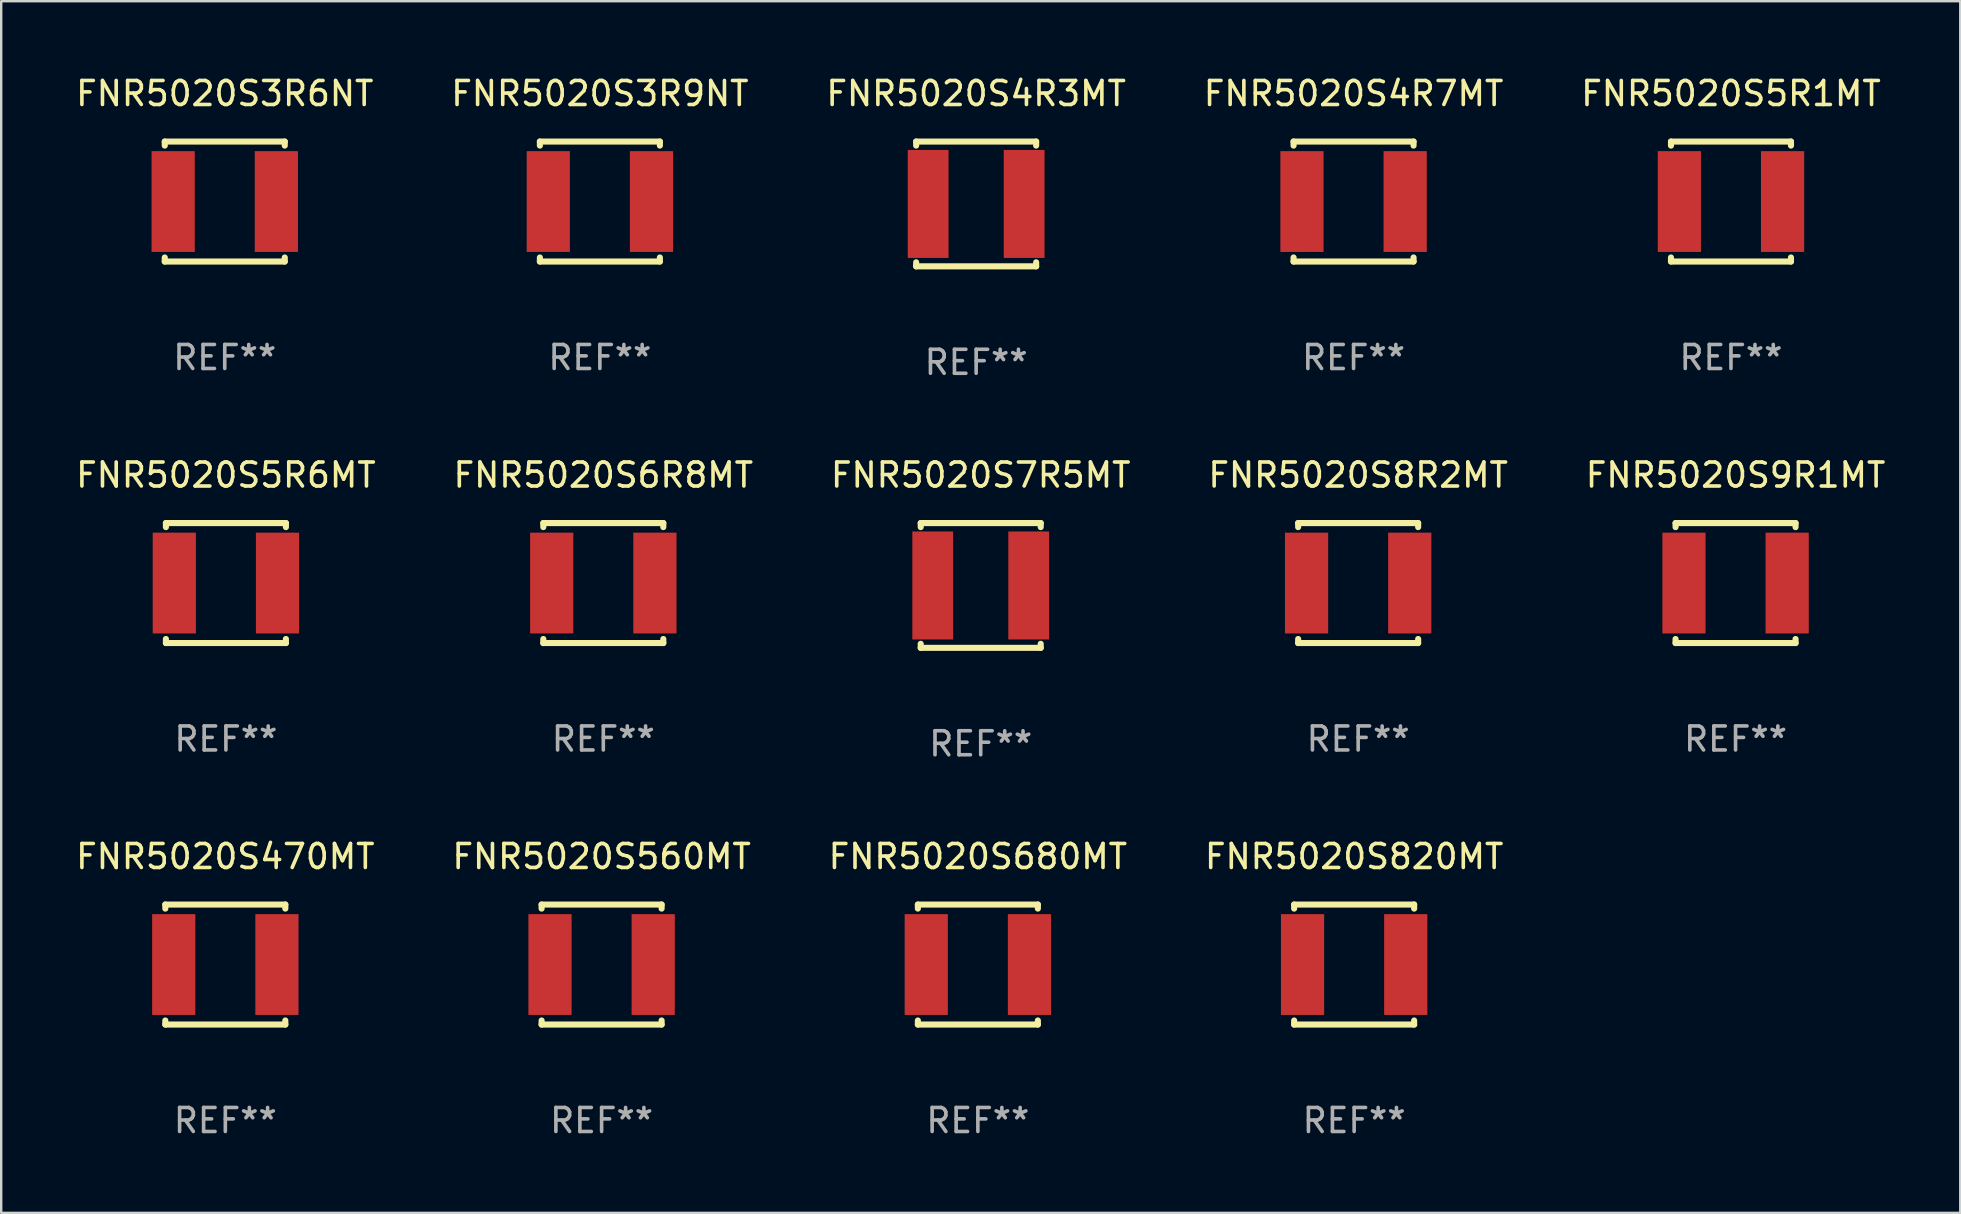
<source format=kicad_pcb>
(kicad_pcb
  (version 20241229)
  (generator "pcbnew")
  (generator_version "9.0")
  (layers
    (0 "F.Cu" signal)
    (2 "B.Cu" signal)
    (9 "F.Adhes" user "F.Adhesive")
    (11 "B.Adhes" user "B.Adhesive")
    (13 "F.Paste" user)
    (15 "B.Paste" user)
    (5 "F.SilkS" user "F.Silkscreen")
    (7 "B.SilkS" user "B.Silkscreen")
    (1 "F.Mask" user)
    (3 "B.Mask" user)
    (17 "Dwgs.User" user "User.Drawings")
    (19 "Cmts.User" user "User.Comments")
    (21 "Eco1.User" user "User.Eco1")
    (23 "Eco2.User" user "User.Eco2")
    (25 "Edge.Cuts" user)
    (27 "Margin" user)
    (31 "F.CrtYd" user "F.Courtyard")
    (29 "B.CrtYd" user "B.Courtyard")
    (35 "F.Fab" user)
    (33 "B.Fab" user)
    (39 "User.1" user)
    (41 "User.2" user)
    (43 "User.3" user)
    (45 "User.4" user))
  (footprint "FNR5020S6R8MT"
    (layer "F.Cu")
    (at 22.089 21.245)
    (property "Reference" "FNR5020S6R8MT" (at 0 -4.5 0) (layer "F.SilkS") (effects (font (size 1 1) (thickness 0.15))))
    (attr through_hole)
    (fp_line (start -2.5 -2.5) (end -2.5 -2.331) (stroke (width 0.254) (type solid)) (layer "F.SilkS"))
    (fp_line (start -2.5 -2.5) (end 2.5 -2.5) (stroke (width 0.254) (type solid)) (layer "F.SilkS"))
    (fp_line (start -2.5 2.331) (end -2.5 2.5) (stroke (width 0.254) (type solid)) (layer "F.SilkS"))
    (fp_line (start -2.5 2.5) (end 2.5 2.5) (stroke (width 0.254) (type solid)) (layer "F.SilkS"))
    (fp_line (start 2.5 -2.331) (end 2.5 -2.5) (stroke (width 0.254) (type solid)) (layer "F.SilkS"))
    (fp_line (start 2.5 2.5) (end 2.5 2.331) (stroke (width 0.254) (type solid)) (layer "F.SilkS"))
    (fp_circle (center -2.5 2.5) (end -2.47 2.5) (stroke (width 0.06) (type solid)) (fill no) (layer "F.SilkS"))
    (fp_text user "REF**" (at 0 6.5 0) (layer "F.Fab") (effects (font (size 1 1) (thickness 0.15))))
    (pad "1" smd rect (at -2.15 0) (size 1.8 4.2) (layers "F.Cu" "F.Mask" "F.Paste"))
    (pad "2" smd rect (at 2.15 0) (size 1.8 4.2) (layers "F.Cu" "F.Mask" "F.Paste")))
  (footprint "FNR5020S820MT"
    (layer "F.Cu")
    (at 53.375 37.141)
    (property "Reference" "FNR5020S820MT" (at 0 -4.5 0) (layer "F.SilkS") (effects (font (size 1 1) (thickness 0.15))))
    (attr through_hole)
    (fp_line (start -2.5 -2.5) (end -2.5 -2.331) (stroke (width 0.254) (type solid)) (layer "F.SilkS"))
    (fp_line (start -2.5 -2.5) (end 2.5 -2.5) (stroke (width 0.254) (type solid)) (layer "F.SilkS"))
    (fp_line (start -2.5 2.331) (end -2.5 2.5) (stroke (width 0.254) (type solid)) (layer "F.SilkS"))
    (fp_line (start -2.5 2.5) (end 2.5 2.5) (stroke (width 0.254) (type solid)) (layer "F.SilkS"))
    (fp_line (start 2.5 -2.331) (end 2.5 -2.5) (stroke (width 0.254) (type solid)) (layer "F.SilkS"))
    (fp_line (start 2.5 2.5) (end 2.5 2.331) (stroke (width 0.254) (type solid)) (layer "F.SilkS"))
    (fp_circle (center -2.5 2.5) (end -2.47 2.5) (stroke (width 0.06) (type solid)) (fill no) (layer "F.SilkS"))
    (fp_text user "REF**" (at 0 6.5 0) (layer "F.Fab") (effects (font (size 1 1) (thickness 0.15))))
    (pad "1" smd rect (at -2.15 0) (size 1.8 4.2) (layers "F.Cu" "F.Mask" "F.Paste"))
    (pad "2" smd rect (at 2.15 0) (size 1.8 4.2) (layers "F.Cu" "F.Mask" "F.Paste")))
  (footprint "FNR5020S5R6MT"
    (layer "F.Cu")
    (at 6.363 21.245)
    (property "Reference" "FNR5020S5R6MT" (at 0 -4.5 0) (layer "F.SilkS") (effects (font (size 1 1) (thickness 0.15))))
    (attr through_hole)
    (fp_line (start -2.5 -2.5) (end -2.5 -2.331) (stroke (width 0.254) (type solid)) (layer "F.SilkS"))
    (fp_line (start -2.5 -2.5) (end 2.5 -2.5) (stroke (width 0.254) (type solid)) (layer "F.SilkS"))
    (fp_line (start -2.5 2.331) (end -2.5 2.5) (stroke (width 0.254) (type solid)) (layer "F.SilkS"))
    (fp_line (start -2.5 2.5) (end 2.5 2.5) (stroke (width 0.254) (type solid)) (layer "F.SilkS"))
    (fp_line (start 2.5 -2.331) (end 2.5 -2.5) (stroke (width 0.254) (type solid)) (layer "F.SilkS"))
    (fp_line (start 2.5 2.5) (end 2.5 2.331) (stroke (width 0.254) (type solid)) (layer "F.SilkS"))
    (fp_circle (center -2.5 2.5) (end -2.47 2.5) (stroke (width 0.06) (type solid)) (fill no) (layer "F.SilkS"))
    (fp_text user "REF**" (at 0 6.5 0) (layer "F.Fab") (effects (font (size 1 1) (thickness 0.15))))
    (pad "1" smd rect (at -2.15 0) (size 1.8 4.2) (layers "F.Cu" "F.Mask" "F.Paste"))
    (pad "2" smd rect (at 2.15 0) (size 1.8 4.2) (layers "F.Cu" "F.Mask" "F.Paste")))
  (footprint "FNR5020S7R5MT"
    (layer "F.Cu")
    (at 37.815 21.345)
    (property "Reference" "FNR5020S7R5MT" (at 0 -4.6 0) (layer "F.SilkS") (effects (font (size 1 1) (thickness 0.15))))
    (attr through_hole)
    (fp_line (start -2.5 -2.6) (end -2.5 -2.431) (stroke (width 0.254) (type solid)) (layer "F.SilkS"))
    (fp_line (start -2.5 -2.6) (end 2.5 -2.6) (stroke (width 0.254) (type solid)) (layer "F.SilkS"))
    (fp_line (start -2.5 2.431) (end -2.5 2.6) (stroke (width 0.254) (type solid)) (layer "F.SilkS"))
    (fp_line (start -2.5 2.6) (end 2.5 2.6) (stroke (width 0.254) (type solid)) (layer "F.SilkS"))
    (fp_line (start 2.5 -2.431) (end 2.5 -2.6) (stroke (width 0.254) (type solid)) (layer "F.SilkS"))
    (fp_line (start 2.5 2.6) (end 2.5 2.431) (stroke (width 0.254) (type solid)) (layer "F.SilkS"))
    (fp_circle (center -2.5 2.5) (end -2.47 2.5) (stroke (width 0.06) (type solid)) (fill no) (layer "F.SilkS"))
    (fp_text user "REF**" (at 0 6.6 0) (layer "F.Fab") (effects (font (size 1 1) (thickness 0.15))))
    (pad "1" smd rect (at -2 0) (size 1.7 4.5) (layers "F.Cu" "F.Mask" "F.Paste"))
    (pad "2" smd rect (at 2 0) (size 1.7 4.5) (layers "F.Cu" "F.Mask" "F.Paste")))
  (footprint "FNR5020S680MT"
    (layer "F.Cu")
    (at 37.696 37.141)
    (property "Reference" "FNR5020S680MT" (at 0 -4.5 0) (layer "F.SilkS") (effects (font (size 1 1) (thickness 0.15))))
    (attr through_hole)
    (fp_line (start -2.5 -2.5) (end -2.5 -2.331) (stroke (width 0.254) (type solid)) (layer "F.SilkS"))
    (fp_line (start -2.5 -2.5) (end 2.5 -2.5) (stroke (width 0.254) (type solid)) (layer "F.SilkS"))
    (fp_line (start -2.5 2.331) (end -2.5 2.5) (stroke (width 0.254) (type solid)) (layer "F.SilkS"))
    (fp_line (start -2.5 2.5) (end 2.5 2.5) (stroke (width 0.254) (type solid)) (layer "F.SilkS"))
    (fp_line (start 2.5 -2.331) (end 2.5 -2.5) (stroke (width 0.254) (type solid)) (layer "F.SilkS"))
    (fp_line (start 2.5 2.5) (end 2.5 2.331) (stroke (width 0.254) (type solid)) (layer "F.SilkS"))
    (fp_circle (center -2.5 2.5) (end -2.47 2.5) (stroke (width 0.06) (type solid)) (fill no) (layer "F.SilkS"))
    (fp_text user "REF**" (at 0 6.5 0) (layer "F.Fab") (effects (font (size 1 1) (thickness 0.15))))
    (pad "1" smd rect (at -2.15 0) (size 1.8 4.2) (layers "F.Cu" "F.Mask" "F.Paste"))
    (pad "2" smd rect (at 2.15 0) (size 1.8 4.2) (layers "F.Cu" "F.Mask" "F.Paste")))
  (footprint "FNR5020S3R9NT"
    (layer "F.Cu")
    (at 21.946 5.348)
    (property "Reference" "FNR5020S3R9NT" (at 0 -4.5 0) (layer "F.SilkS") (effects (font (size 1 1) (thickness 0.15))))
    (attr through_hole)
    (fp_line (start -2.5 -2.5) (end -2.5 -2.331) (stroke (width 0.254) (type solid)) (layer "F.SilkS"))
    (fp_line (start -2.5 -2.5) (end 2.5 -2.5) (stroke (width 0.254) (type solid)) (layer "F.SilkS"))
    (fp_line (start -2.5 2.331) (end -2.5 2.5) (stroke (width 0.254) (type solid)) (layer "F.SilkS"))
    (fp_line (start -2.5 2.5) (end 2.5 2.5) (stroke (width 0.254) (type solid)) (layer "F.SilkS"))
    (fp_line (start 2.5 -2.331) (end 2.5 -2.5) (stroke (width 0.254) (type solid)) (layer "F.SilkS"))
    (fp_line (start 2.5 2.5) (end 2.5 2.331) (stroke (width 0.254) (type solid)) (layer "F.SilkS"))
    (fp_circle (center -2.5 2.5) (end -2.47 2.5) (stroke (width 0.06) (type solid)) (fill no) (layer "F.SilkS"))
    (fp_text user "REF**" (at 0 6.5 0) (layer "F.Fab") (effects (font (size 1 1) (thickness 0.15))))
    (pad "1" smd rect (at -2.15 0) (size 1.8 4.2) (layers "F.Cu" "F.Mask" "F.Paste"))
    (pad "2" smd rect (at 2.15 0) (size 1.8 4.2) (layers "F.Cu" "F.Mask" "F.Paste")))
  (footprint "FNR5020S8R2MT"
    (layer "F.Cu")
    (at 53.542 21.245)
    (property "Reference" "FNR5020S8R2MT" (at 0 -4.5 0) (layer "F.SilkS") (effects (font (size 1 1) (thickness 0.15))))
    (attr through_hole)
    (fp_line (start -2.5 -2.5) (end -2.5 -2.331) (stroke (width 0.254) (type solid)) (layer "F.SilkS"))
    (fp_line (start -2.5 -2.5) (end 2.5 -2.5) (stroke (width 0.254) (type solid)) (layer "F.SilkS"))
    (fp_line (start -2.5 2.331) (end -2.5 2.5) (stroke (width 0.254) (type solid)) (layer "F.SilkS"))
    (fp_line (start -2.5 2.5) (end 2.5 2.5) (stroke (width 0.254) (type solid)) (layer "F.SilkS"))
    (fp_line (start 2.5 -2.331) (end 2.5 -2.5) (stroke (width 0.254) (type solid)) (layer "F.SilkS"))
    (fp_line (start 2.5 2.5) (end 2.5 2.331) (stroke (width 0.254) (type solid)) (layer "F.SilkS"))
    (fp_circle (center -2.5 2.5) (end -2.47 2.5) (stroke (width 0.06) (type solid)) (fill no) (layer "F.SilkS"))
    (fp_text user "REF**" (at 0 6.5 0) (layer "F.Fab") (effects (font (size 1 1) (thickness 0.15))))
    (pad "1" smd rect (at -2.15 0) (size 1.8 4.2) (layers "F.Cu" "F.Mask" "F.Paste"))
    (pad "2" smd rect (at 2.15 0) (size 1.8 4.2) (layers "F.Cu" "F.Mask" "F.Paste")))
  (footprint "FNR5020S470MT"
    (layer "F.Cu")
    (at 6.339 37.141)
    (property "Reference" "FNR5020S470MT" (at 0 -4.5 0) (layer "F.SilkS") (effects (font (size 1 1) (thickness 0.15))))
    (attr through_hole)
    (fp_line (start -2.5 -2.5) (end -2.5 -2.331) (stroke (width 0.254) (type solid)) (layer "F.SilkS"))
    (fp_line (start -2.5 -2.5) (end 2.5 -2.5) (stroke (width 0.254) (type solid)) (layer "F.SilkS"))
    (fp_line (start -2.5 2.331) (end -2.5 2.5) (stroke (width 0.254) (type solid)) (layer "F.SilkS"))
    (fp_line (start -2.5 2.5) (end 2.5 2.5) (stroke (width 0.254) (type solid)) (layer "F.SilkS"))
    (fp_line (start 2.5 -2.331) (end 2.5 -2.5) (stroke (width 0.254) (type solid)) (layer "F.SilkS"))
    (fp_line (start 2.5 2.5) (end 2.5 2.331) (stroke (width 0.254) (type solid)) (layer "F.SilkS"))
    (fp_circle (center -2.5 2.5) (end -2.47 2.5) (stroke (width 0.06) (type solid)) (fill no) (layer "F.SilkS"))
    (fp_text user "REF**" (at 0 6.5 0) (layer "F.Fab") (effects (font (size 1 1) (thickness 0.15))))
    (pad "1" smd rect (at -2.15 0) (size 1.8 4.2) (layers "F.Cu" "F.Mask" "F.Paste"))
    (pad "2" smd rect (at 2.15 0) (size 1.8 4.2) (layers "F.Cu" "F.Mask" "F.Paste")))
  (footprint "FNR5020S4R7MT"
    (layer "F.Cu")
    (at 53.351 5.348)
    (property "Reference" "FNR5020S4R7MT" (at 0 -4.5 0) (layer "F.SilkS") (effects (font (size 1 1) (thickness 0.15))))
    (attr through_hole)
    (fp_line (start -2.5 -2.5) (end -2.5 -2.331) (stroke (width 0.254) (type solid)) (layer "F.SilkS"))
    (fp_line (start -2.5 -2.5) (end 2.5 -2.5) (stroke (width 0.254) (type solid)) (layer "F.SilkS"))
    (fp_line (start -2.5 2.331) (end -2.5 2.5) (stroke (width 0.254) (type solid)) (layer "F.SilkS"))
    (fp_line (start -2.5 2.5) (end 2.5 2.5) (stroke (width 0.254) (type solid)) (layer "F.SilkS"))
    (fp_line (start 2.5 -2.331) (end 2.5 -2.5) (stroke (width 0.254) (type solid)) (layer "F.SilkS"))
    (fp_line (start 2.5 2.5) (end 2.5 2.331) (stroke (width 0.254) (type solid)) (layer "F.SilkS"))
    (fp_circle (center -2.5 2.5) (end -2.47 2.5) (stroke (width 0.06) (type solid)) (fill no) (layer "F.SilkS"))
    (fp_text user "REF**" (at 0 6.5 0) (layer "F.Fab") (effects (font (size 1 1) (thickness 0.15))))
    (pad "1" smd rect (at -2.15 0) (size 1.8 4.2) (layers "F.Cu" "F.Mask" "F.Paste"))
    (pad "2" smd rect (at 2.15 0) (size 1.8 4.2) (layers "F.Cu" "F.Mask" "F.Paste")))
  (footprint "FNR5020S560MT"
    (layer "F.Cu")
    (at 22.018 37.141)
    (property "Reference" "FNR5020S560MT" (at 0 -4.5 0) (layer "F.SilkS") (effects (font (size 1 1) (thickness 0.15))))
    (attr through_hole)
    (fp_line (start -2.5 -2.5) (end -2.5 -2.331) (stroke (width 0.254) (type solid)) (layer "F.SilkS"))
    (fp_line (start -2.5 -2.5) (end 2.5 -2.5) (stroke (width 0.254) (type solid)) (layer "F.SilkS"))
    (fp_line (start -2.5 2.331) (end -2.5 2.5) (stroke (width 0.254) (type solid)) (layer "F.SilkS"))
    (fp_line (start -2.5 2.5) (end 2.5 2.5) (stroke (width 0.254) (type solid)) (layer "F.SilkS"))
    (fp_line (start 2.5 -2.331) (end 2.5 -2.5) (stroke (width 0.254) (type solid)) (layer "F.SilkS"))
    (fp_line (start 2.5 2.5) (end 2.5 2.331) (stroke (width 0.254) (type solid)) (layer "F.SilkS"))
    (fp_circle (center -2.5 2.5) (end -2.47 2.5) (stroke (width 0.06) (type solid)) (fill no) (layer "F.SilkS"))
    (fp_text user "REF**" (at 0 6.5 0) (layer "F.Fab") (effects (font (size 1 1) (thickness 0.15))))
    (pad "1" smd rect (at -2.15 0) (size 1.8 4.2) (layers "F.Cu" "F.Mask" "F.Paste"))
    (pad "2" smd rect (at 2.15 0) (size 1.8 4.2) (layers "F.Cu" "F.Mask" "F.Paste")))
  (footprint "FNR5020S3R6NT"
    (layer "F.Cu")
    (at 6.315 5.348)
    (property "Reference" "FNR5020S3R6NT" (at 0 -4.5 0) (layer "F.SilkS") (effects (font (size 1 1) (thickness 0.15))))
    (attr through_hole)
    (fp_line (start -2.5 -2.5) (end -2.5 -2.331) (stroke (width 0.254) (type solid)) (layer "F.SilkS"))
    (fp_line (start -2.5 -2.5) (end 2.5 -2.5) (stroke (width 0.254) (type solid)) (layer "F.SilkS"))
    (fp_line (start -2.5 2.331) (end -2.5 2.5) (stroke (width 0.254) (type solid)) (layer "F.SilkS"))
    (fp_line (start -2.5 2.5) (end 2.5 2.5) (stroke (width 0.254) (type solid)) (layer "F.SilkS"))
    (fp_line (start 2.5 -2.331) (end 2.5 -2.5) (stroke (width 0.254) (type solid)) (layer "F.SilkS"))
    (fp_line (start 2.5 2.5) (end 2.5 2.331) (stroke (width 0.254) (type solid)) (layer "F.SilkS"))
    (fp_circle (center -2.5 2.5) (end -2.47 2.5) (stroke (width 0.06) (type solid)) (fill no) (layer "F.SilkS"))
    (fp_text user "REF**" (at 0 6.5 0) (layer "F.Fab") (effects (font (size 1 1) (thickness 0.15))))
    (pad "1" smd rect (at -2.15 0) (size 1.8 4.2) (layers "F.Cu" "F.Mask" "F.Paste"))
    (pad "2" smd rect (at 2.15 0) (size 1.8 4.2) (layers "F.Cu" "F.Mask" "F.Paste")))
  (footprint "FNR5020S4R3MT"
    (layer "F.Cu")
    (at 37.625 5.448)
    (property "Reference" "FNR5020S4R3MT" (at 0 -4.6 0) (layer "F.SilkS") (effects (font (size 1 1) (thickness 0.15))))
    (attr through_hole)
    (fp_line (start -2.5 -2.6) (end -2.5 -2.431) (stroke (width 0.254) (type solid)) (layer "F.SilkS"))
    (fp_line (start -2.5 -2.6) (end 2.5 -2.6) (stroke (width 0.254) (type solid)) (layer "F.SilkS"))
    (fp_line (start -2.5 2.431) (end -2.5 2.6) (stroke (width 0.254) (type solid)) (layer "F.SilkS"))
    (fp_line (start -2.5 2.6) (end 2.5 2.6) (stroke (width 0.254) (type solid)) (layer "F.SilkS"))
    (fp_line (start 2.5 -2.431) (end 2.5 -2.6) (stroke (width 0.254) (type solid)) (layer "F.SilkS"))
    (fp_line (start 2.5 2.6) (end 2.5 2.431) (stroke (width 0.254) (type solid)) (layer "F.SilkS"))
    (fp_circle (center -2.5 2.5) (end -2.47 2.5) (stroke (width 0.06) (type solid)) (fill no) (layer "F.SilkS"))
    (fp_text user "REF**" (at 0 6.6 0) (layer "F.Fab") (effects (font (size 1 1) (thickness 0.15))))
    (pad "1" smd rect (at -2 0) (size 1.7 4.5) (layers "F.Cu" "F.Mask" "F.Paste"))
    (pad "2" smd rect (at 2 0) (size 1.7 4.5) (layers "F.Cu" "F.Mask" "F.Paste")))
  (footprint "FNR5020S5R1MT"
    (layer "F.Cu")
    (at 69.077 5.348)
    (property "Reference" "FNR5020S5R1MT" (at 0 -4.5 0) (layer "F.SilkS") (effects (font (size 1 1) (thickness 0.15))))
    (attr through_hole)
    (fp_line (start -2.5 -2.5) (end -2.5 -2.331) (stroke (width 0.254) (type solid)) (layer "F.SilkS"))
    (fp_line (start -2.5 -2.5) (end 2.5 -2.5) (stroke (width 0.254) (type solid)) (layer "F.SilkS"))
    (fp_line (start -2.5 2.331) (end -2.5 2.5) (stroke (width 0.254) (type solid)) (layer "F.SilkS"))
    (fp_line (start -2.5 2.5) (end 2.5 2.5) (stroke (width 0.254) (type solid)) (layer "F.SilkS"))
    (fp_line (start 2.5 -2.331) (end 2.5 -2.5) (stroke (width 0.254) (type solid)) (layer "F.SilkS"))
    (fp_line (start 2.5 2.5) (end 2.5 2.331) (stroke (width 0.254) (type solid)) (layer "F.SilkS"))
    (fp_circle (center -2.5 2.5) (end -2.47 2.5) (stroke (width 0.06) (type solid)) (fill no) (layer "F.SilkS"))
    (fp_text user "REF**" (at 0 6.5 0) (layer "F.Fab") (effects (font (size 1 1) (thickness 0.15))))
    (pad "1" smd rect (at -2.15 0) (size 1.8 4.2) (layers "F.Cu" "F.Mask" "F.Paste"))
    (pad "2" smd rect (at 2.15 0) (size 1.8 4.2) (layers "F.Cu" "F.Mask" "F.Paste")))
  (footprint "FNR5020S9R1MT"
    (layer "F.Cu")
    (at 69.268 21.245)
    (property "Reference" "FNR5020S9R1MT" (at 0 -4.5 0) (layer "F.SilkS") (effects (font (size 1 1) (thickness 0.15))))
    (attr through_hole)
    (fp_line (start -2.5 -2.5) (end -2.5 -2.331) (stroke (width 0.254) (type solid)) (layer "F.SilkS"))
    (fp_line (start -2.5 -2.5) (end 2.5 -2.5) (stroke (width 0.254) (type solid)) (layer "F.SilkS"))
    (fp_line (start -2.5 2.331) (end -2.5 2.5) (stroke (width 0.254) (type solid)) (layer "F.SilkS"))
    (fp_line (start -2.5 2.5) (end 2.5 2.5) (stroke (width 0.254) (type solid)) (layer "F.SilkS"))
    (fp_line (start 2.5 -2.331) (end 2.5 -2.5) (stroke (width 0.254) (type solid)) (layer "F.SilkS"))
    (fp_line (start 2.5 2.5) (end 2.5 2.331) (stroke (width 0.254) (type solid)) (layer "F.SilkS"))
    (fp_circle (center -2.5 2.5) (end -2.47 2.5) (stroke (width 0.06) (type solid)) (fill no) (layer "F.SilkS"))
    (fp_text user "REF**" (at 0 6.5 0) (layer "F.Fab") (effects (font (size 1 1) (thickness 0.15))))
    (pad "1" smd rect (at -2.15 0) (size 1.8 4.2) (layers "F.Cu" "F.Mask" "F.Paste"))
    (pad "2" smd rect (at 2.15 0) (size 1.8 4.2) (layers "F.Cu" "F.Mask" "F.Paste")))
  (gr_rect
    (start -3 -3)
    (end 78.631 47.489)
    (stroke (width 0.1) (type default))
    (fill no)
    (layer "Edge.Cuts")))
</source>
